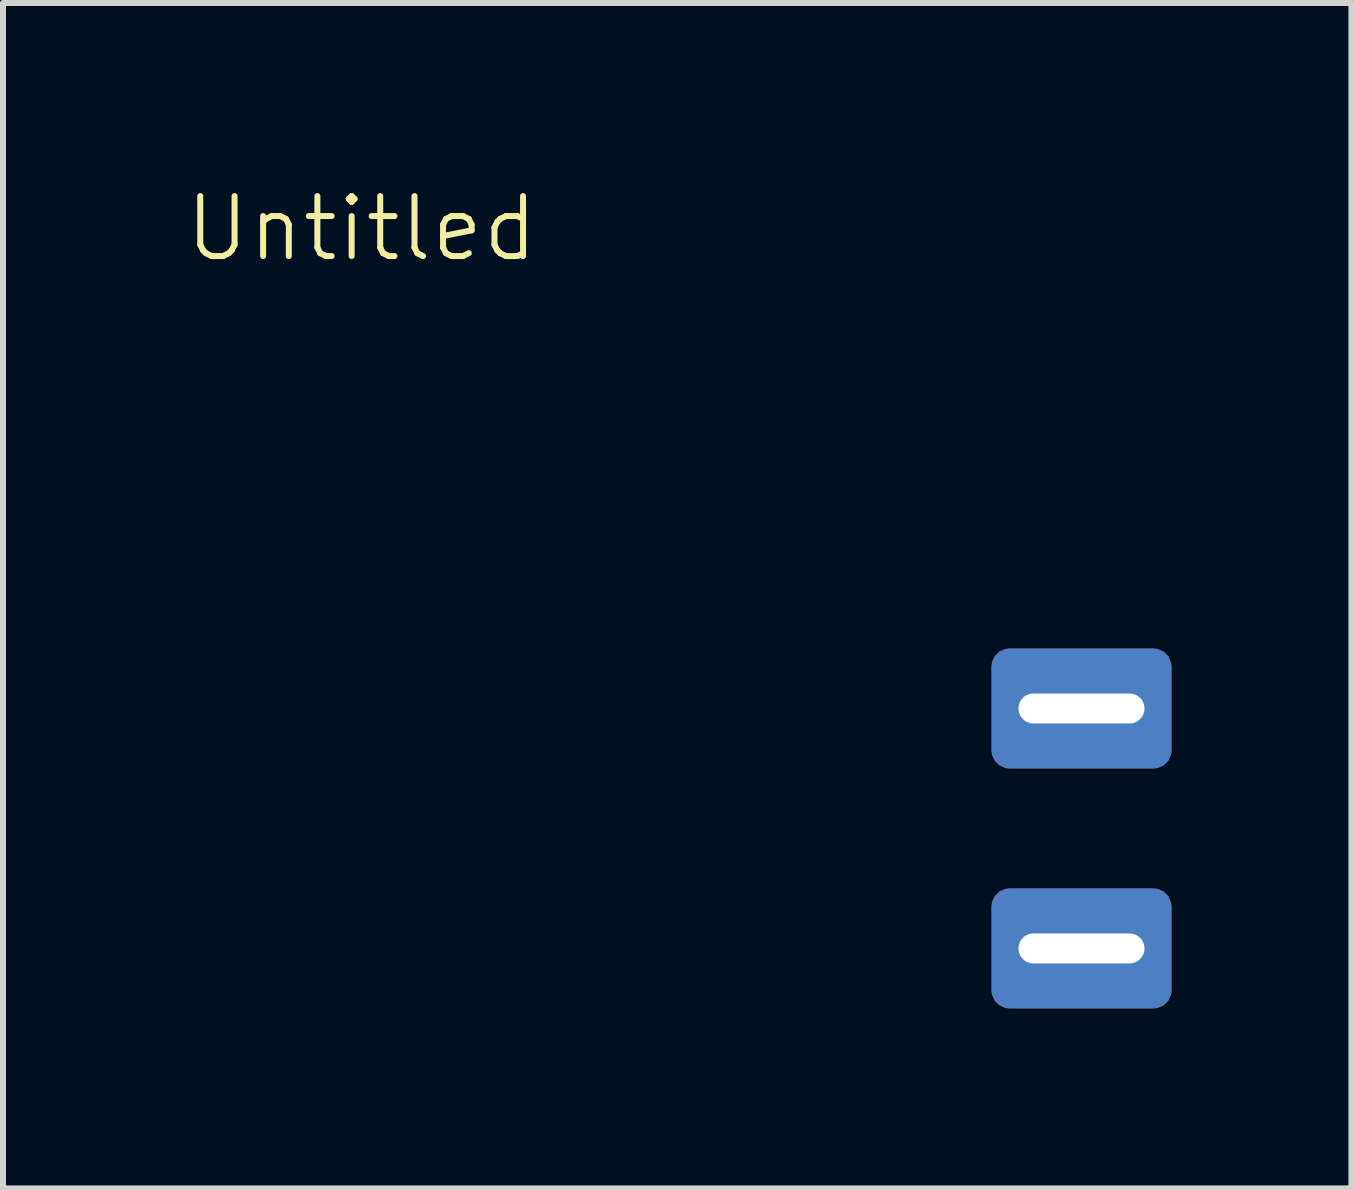
<source format=kicad_pcb>
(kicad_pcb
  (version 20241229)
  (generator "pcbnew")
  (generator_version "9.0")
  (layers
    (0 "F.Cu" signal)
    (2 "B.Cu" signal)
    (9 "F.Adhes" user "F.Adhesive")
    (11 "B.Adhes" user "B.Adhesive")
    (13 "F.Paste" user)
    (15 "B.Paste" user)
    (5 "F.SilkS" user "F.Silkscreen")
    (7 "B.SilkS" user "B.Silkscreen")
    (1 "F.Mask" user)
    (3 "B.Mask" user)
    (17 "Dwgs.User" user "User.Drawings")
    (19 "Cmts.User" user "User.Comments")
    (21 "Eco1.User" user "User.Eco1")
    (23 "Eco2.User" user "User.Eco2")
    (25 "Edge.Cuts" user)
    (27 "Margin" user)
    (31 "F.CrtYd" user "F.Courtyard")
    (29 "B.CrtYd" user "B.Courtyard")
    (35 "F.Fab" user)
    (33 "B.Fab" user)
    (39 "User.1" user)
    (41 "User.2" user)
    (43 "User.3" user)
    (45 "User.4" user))
  (footprint "Untitled"
    (layer "F.Cu")
    (at 14.979 8.761)
    (property "Reference" "Untitled" (at -12 -8 0) (unlocked yes) (layer "F.SilkS") (effects (font (size 1 1) (thickness 0.1))))
    (attr smd)
    (pad "1" thru_hole roundrect (at 0 0) (size 3 2) (drill oval 2.1 0.5) (layers "*.Cu" "*.Mask") (roundrect_rratio 0.15))
    (pad "2" thru_hole roundrect (at 0 4) (size 3 2) (drill oval 2.1 0.5) (layers "*.Cu" "*.Mask") (roundrect_rratio 0.15)))
  (gr_rect
    (start -3 -3)
    (end 19.479 16.761)
    (stroke (width 0.1) (type default))
    (fill no)
    (layer "Edge.Cuts")))
</source>
